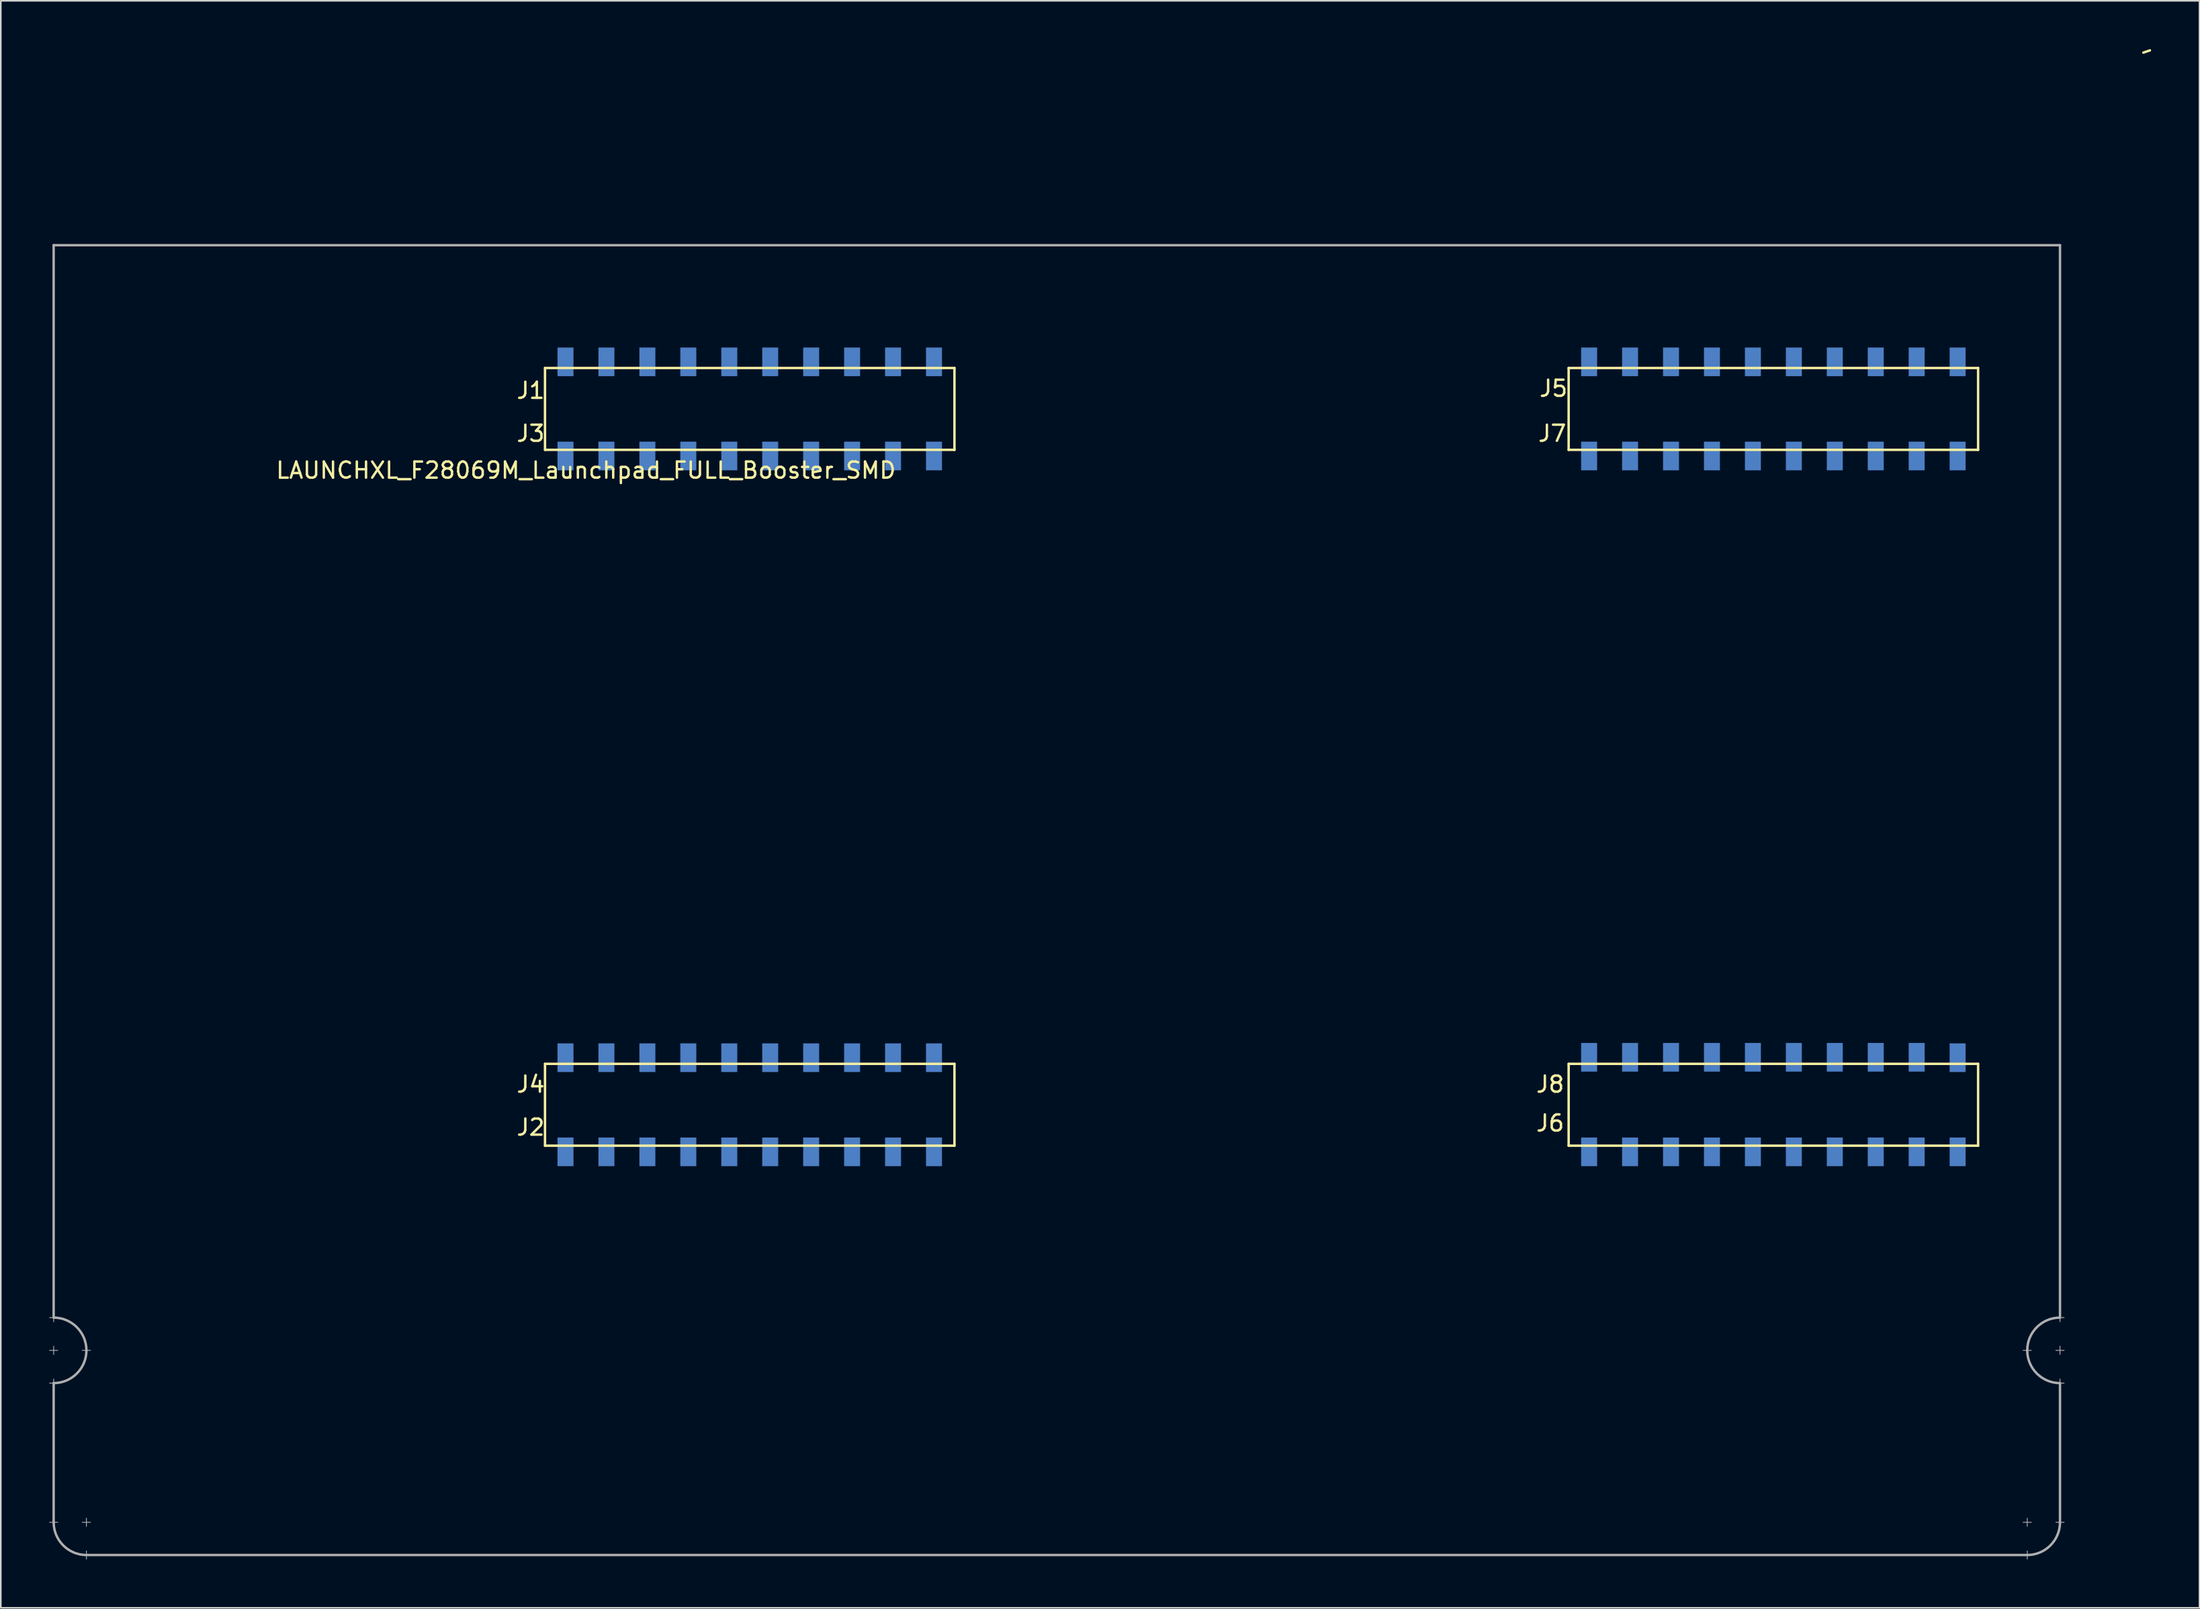
<source format=kicad_pcb>
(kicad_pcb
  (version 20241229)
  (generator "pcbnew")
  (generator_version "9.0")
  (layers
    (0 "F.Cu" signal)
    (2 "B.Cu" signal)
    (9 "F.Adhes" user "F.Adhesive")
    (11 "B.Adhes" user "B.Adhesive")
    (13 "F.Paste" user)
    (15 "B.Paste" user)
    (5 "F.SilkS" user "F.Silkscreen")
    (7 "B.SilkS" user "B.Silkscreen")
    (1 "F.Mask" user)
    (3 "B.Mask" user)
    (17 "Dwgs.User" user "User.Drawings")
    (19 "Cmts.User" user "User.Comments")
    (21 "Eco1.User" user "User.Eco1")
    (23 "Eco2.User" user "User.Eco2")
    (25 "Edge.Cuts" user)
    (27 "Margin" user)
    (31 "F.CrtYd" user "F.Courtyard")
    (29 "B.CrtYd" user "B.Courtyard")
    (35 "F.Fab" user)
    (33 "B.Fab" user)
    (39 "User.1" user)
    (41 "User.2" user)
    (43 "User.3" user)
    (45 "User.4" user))
  (footprint "LAUNCHXL_F28069M_Launchpad_FULL_Booster_SMD"
    (layer "F.Cu")
    (at 0.279 68.045)
    (property "Reference" "LAUNCHXL_F28069M_Launchpad_FULL_Booster_SMD" (at 33.02 -41.91 0) (layer "F.SilkS") (effects (font (size 1 1) (thickness 0.15))))
    (attr through_hole)
    (fp_line (start 30.48 -48.26) (end 30.48 -43.18) (stroke (width 0.15) (type solid)) (layer "F.SilkS"))
    (fp_line (start 30.48 -43.18) (end 55.88 -43.18) (stroke (width 0.15) (type solid)) (layer "F.SilkS"))
    (fp_line (start 30.48 -5.08) (end 30.48 0) (stroke (width 0.15) (type solid)) (layer "F.SilkS"))
    (fp_line (start 30.48 0) (end 55.88 0) (stroke (width 0.15) (type solid)) (layer "F.SilkS"))
    (fp_line (start 55.88 -48.26) (end 30.48 -48.26) (stroke (width 0.15) (type solid)) (layer "F.SilkS"))
    (fp_line (start 55.88 -43.18) (end 55.88 -48.26) (stroke (width 0.15) (type solid)) (layer "F.SilkS"))
    (fp_line (start 55.88 -5.08) (end 30.48 -5.08) (stroke (width 0.15) (type solid)) (layer "F.SilkS"))
    (fp_line (start 55.88 0) (end 55.88 -5.08) (stroke (width 0.15) (type solid)) (layer "F.SilkS"))
    (fp_line (start 93.98 -48.26) (end 93.98 -43.18) (stroke (width 0.15) (type solid)) (layer "F.SilkS"))
    (fp_line (start 93.98 -43.18) (end 119.38 -43.18) (stroke (width 0.15) (type solid)) (layer "F.SilkS"))
    (fp_line (start 93.98 -5.08) (end 93.98 0) (stroke (width 0.15) (type solid)) (layer "F.SilkS"))
    (fp_line (start 93.98 0) (end 119.38 0) (stroke (width 0.15) (type solid)) (layer "F.SilkS"))
    (fp_line (start 119.38 -48.26) (end 93.98 -48.26) (stroke (width 0.15) (type solid)) (layer "F.SilkS"))
    (fp_line (start 119.38 -43.18) (end 119.38 -48.26) (stroke (width 0.15) (type solid)) (layer "F.SilkS"))
    (fp_line (start 119.38 -5.08) (end 93.98 -5.08) (stroke (width 0.15) (type solid)) (layer "F.SilkS"))
    (fp_line (start 119.38 0) (end 119.38 -5.08) (stroke (width 0.15) (type solid)) (layer "F.SilkS"))
    (fp_line (start 129.63 -67.83) (end 130.04 -67.97) (stroke (width 0.15) (type solid)) (layer "F.SilkS"))
    (fp_line (start -0.254 10.668) (end 0.254 10.668) (stroke (width 0.05) (type solid)) (layer "F.Fab"))
    (fp_line (start -0.254 12.7) (end 0.254 12.7) (stroke (width 0.05) (type solid)) (layer "F.Fab"))
    (fp_line (start -0.254 14.732) (end 0.254 14.732) (stroke (width 0.05) (type solid)) (layer "F.Fab"))
    (fp_line (start 0 -55.88) (end 0 10.668) (stroke (width 0.15) (type solid)) (layer "F.Fab"))
    (fp_line (start 0 10.414) (end 0 10.922) (stroke (width 0.05) (type solid)) (layer "F.Fab"))
    (fp_line (start 0 12.446) (end 0 12.954) (stroke (width 0.05) (type solid)) (layer "F.Fab"))
    (fp_line (start 0 14.478) (end 0 14.986) (stroke (width 0.05) (type solid)) (layer "F.Fab"))
    (fp_line (start 0 14.732) (end 0 23.368) (stroke (width 0.15) (type solid)) (layer "F.Fab"))
    (fp_line (start 0 23.114) (end 0 23.622) (stroke (width 0.05) (type solid)) (layer "F.Fab"))
    (fp_line (start 0.254 23.368) (end -0.254 23.368) (stroke (width 0.05) (type solid)) (layer "F.Fab"))
    (fp_line (start 1.778 12.7) (end 2.286 12.7) (stroke (width 0.05) (type solid)) (layer "F.Fab"))
    (fp_line (start 2.032 23.114) (end 2.032 23.622) (stroke (width 0.05) (type solid)) (layer "F.Fab"))
    (fp_line (start 2.032 25.146) (end 2.032 25.654) (stroke (width 0.05) (type solid)) (layer "F.Fab"))
    (fp_line (start 2.032 25.4) (end 122.428 25.4) (stroke (width 0.15) (type solid)) (layer "F.Fab"))
    (fp_line (start 2.286 23.368) (end 1.778 23.368) (stroke (width 0.05) (type solid)) (layer "F.Fab"))
    (fp_line (start 122.174 23.368) (end 122.682 23.368) (stroke (width 0.05) (type solid)) (layer "F.Fab"))
    (fp_line (start 122.174 25.4) (end 122.682 25.4) (stroke (width 0.05) (type solid)) (layer "F.Fab"))
    (fp_line (start 122.428 23.114) (end 122.428 23.622) (stroke (width 0.05) (type solid)) (layer "F.Fab"))
    (fp_line (start 122.428 25.146) (end 122.428 25.654) (stroke (width 0.05) (type solid)) (layer "F.Fab"))
    (fp_line (start 122.682 12.7) (end 122.174 12.7) (stroke (width 0.05) (type solid)) (layer "F.Fab"))
    (fp_line (start 124.206 23.368) (end 124.714 23.368) (stroke (width 0.05) (type solid)) (layer "F.Fab"))
    (fp_line (start 124.46 -55.88) (end 0 -55.88) (stroke (width 0.15) (type solid)) (layer "F.Fab"))
    (fp_line (start 124.46 10.668) (end 124.46 -55.88) (stroke (width 0.15) (type solid)) (layer "F.Fab"))
    (fp_line (start 124.46 10.922) (end 124.46 10.414) (stroke (width 0.05) (type solid)) (layer "F.Fab"))
    (fp_line (start 124.46 12.954) (end 124.46 12.446) (stroke (width 0.05) (type solid)) (layer "F.Fab"))
    (fp_line (start 124.46 14.732) (end 124.46 23.368) (stroke (width 0.15) (type solid)) (layer "F.Fab"))
    (fp_line (start 124.46 14.986) (end 124.46 14.478) (stroke (width 0.05) (type solid)) (layer "F.Fab"))
    (fp_line (start 124.714 10.668) (end 124.206 10.668) (stroke (width 0.05) (type solid)) (layer "F.Fab"))
    (fp_line (start 124.714 12.7) (end 124.206 12.7) (stroke (width 0.05) (type solid)) (layer "F.Fab"))
    (fp_line (start 124.714 14.732) (end 124.206 14.732) (stroke (width 0.05) (type solid)) (layer "F.Fab"))
    (fp_arc (start 0 10.668) (mid 1.436841 11.263159) (end 2.032 12.7) (stroke (width 0.15) (type solid)) (layer "F.Fab"))
    (fp_arc (start 2.032 12.7) (mid 1.436841 14.136841) (end 0 14.732) (stroke (width 0.15) (type solid)) (layer "F.Fab"))
    (fp_arc (start 2.032 25.4) (mid 0.595159 24.804841) (end 0 23.368) (stroke (width 0.15) (type solid)) (layer "F.Fab"))
    (fp_arc (start 122.428 12.7) (mid 123.023159 11.263159) (end 124.46 10.668) (stroke (width 0.15) (type solid)) (layer "F.Fab"))
    (fp_arc (start 124.46 14.732) (mid 123.023159 14.136841) (end 122.428 12.7) (stroke (width 0.15) (type solid)) (layer "F.Fab"))
    (fp_arc (start 124.46 23.368) (mid 123.864841 24.804841) (end 122.428 25.4) (stroke (width 0.15) (type solid)) (layer "F.Fab"))
    (fp_text user "J8" (at 92.837 -3.81 0) (layer "F.SilkS") (effects (font (size 1 1) (thickness 0.15))))
    (fp_text user "J4" (at 29.591 -3.81 0) (layer "F.SilkS") (effects (font (size 1 1) (thickness 0.15))))
    (fp_text user "J3" (at 29.591 -44.196 0) (layer "F.SilkS") (effects (font (size 1 1) (thickness 0.15))))
    (fp_text user "J6" (at 92.837 -1.397 0) (layer "F.SilkS") (effects (font (size 1 1) (thickness 0.15))))
    (fp_text user "J7" (at 92.964 -44.196 0) (layer "F.SilkS") (effects (font (size 1 1) (thickness 0.15))))
    (fp_text user "J2" (at 29.591 -1.143 0) (layer "F.SilkS") (effects (font (size 1 1) (thickness 0.15))))
    (fp_text user "J1" (at 29.591 -46.863 0) (layer "F.SilkS") (effects (font (size 1 1) (thickness 0.15))))
    (fp_text user "J5" (at 93.04 -46.99 0) (layer "F.SilkS") (effects (font (size 1 1) (thickness 0.15))))
    (pad "+3V3" smd rect (at 54.61 -48.641) (size 0.991 1.778) (layers "B.Cu" "B.Mask" "B.Paste"))
    (pad "+3V3" smd rect (at 118.11 -48.641) (size 0.991 1.778) (layers "B.Cu" "B.Mask" "B.Paste"))
    (pad "+5V" smd rect (at 54.61 -42.799) (size 0.991 1.778) (layers "B.Cu" "B.Mask" "B.Paste"))
    (pad "+5V" smd rect (at 118.11 -42.799) (size 0.991 1.778) (layers "B.Cu" "B.Mask" "B.Paste"))
    (pad "A_A0" smd rect (at 39.37 -42.799) (size 0.991 1.778) (layers "B.Cu" "B.Mask" "B.Paste"))
    (pad "A_A1" smd rect (at 34.29 -42.799) (size 0.991 1.778) (layers "B.Cu" "B.Mask" "B.Paste"))
    (pad "A_A2" smd rect (at 44.45 -42.799) (size 0.991 1.778) (layers "B.Cu" "B.Mask" "B.Paste"))
    (pad "A_A3" smd rect (at 102.87 -42.799) (size 0.991 1.778) (layers "B.Cu" "B.Mask" "B.Paste"))
    (pad "A_A4" smd rect (at 97.79 -42.799) (size 0.991 1.778) (layers "B.Cu" "B.Mask" "B.Paste"))
    (pad "A_A5" smd rect (at 107.95 -42.799) (size 0.991 1.778) (layers "B.Cu" "B.Mask" "B.Paste"))
    (pad "A_A6" smd rect (at 52.07 -48.641) (size 0.991 1.778) (layers "B.Cu" "B.Mask" "B.Paste"))
    (pad "A_A7" smd rect (at 49.53 -42.799) (size 0.991 1.778) (layers "B.Cu" "B.Mask" "B.Paste"))
    (pad "A_B0" smd rect (at 36.83 -42.799) (size 0.991 1.778) (layers "B.Cu" "B.Mask" "B.Paste"))
    (pad "A_B1" smd rect (at 46.99 -42.799) (size 0.991 1.778) (layers "B.Cu" "B.Mask" "B.Paste"))
    (pad "A_B2" smd rect (at 41.91 -42.799) (size 0.991 1.778) (layers "B.Cu" "B.Mask" "B.Paste"))
    (pad "A_B3" smd rect (at 100.33 -42.799) (size 0.991 1.778) (layers "B.Cu" "B.Mask" "B.Paste"))
    (pad "A_B4" smd rect (at 110.49 -42.799) (size 0.991 1.778) (layers "B.Cu" "B.Mask" "B.Paste"))
    (pad "A_B5" smd rect (at 105.41 -42.799) (size 0.991 1.778) (layers "B.Cu" "B.Mask" "B.Paste"))
    (pad "A_B6" smd rect (at 41.91 -48.641) (size 0.991 1.778) (layers "B.Cu" "B.Mask" "B.Paste"))
    (pad "A_B7" smd rect (at 113.03 -42.799) (size 0.991 1.778) (layers "B.Cu" "B.Mask" "B.Paste"))
    (pad "DAC1" smd rect (at 34.29 -5.461) (size 0.991 1.778) (layers "B.Cu" "B.Mask" "B.Paste"))
    (pad "DAC2" smd rect (at 31.75 -5.461) (size 0.991 1.778) (layers "B.Cu" "B.Mask" "B.Paste"))
    (pad "DAC3" smd rect (at 97.79 -5.486) (size 0.991 1.778) (layers "B.Cu" "B.Mask" "B.Paste"))
    (pad "DAC4" smd rect (at 95.25 -5.486) (size 0.991 1.778) (layers "B.Cu" "B.Mask" "B.Paste"))
    (pad "GND" smd rect (at 52.07 -42.799) (size 0.991 1.778) (layers "B.Cu" "B.Mask" "B.Paste"))
    (pad "GND" smd rect (at 54.61 0.381) (size 0.991 1.778) (layers "B.Cu" "B.Mask" "B.Paste"))
    (pad "GND" smd rect (at 115.57 -42.799) (size 0.991 1.778) (layers "B.Cu" "B.Mask" "B.Paste"))
    (pad "GND" smd rect (at 118.11 0.381) (size 0.991 1.778) (layers "B.Cu" "B.Mask" "B.Paste"))
    (pad "NC" smd rect (at 31.75 -42.799) (size 0.991 1.778) (layers "B.Cu" "B.Mask" "B.Paste"))
    (pad "NC" smd rect (at 36.83 -5.461) (size 0.991 1.778) (layers "B.Cu" "B.Mask" "B.Paste"))
    (pad "NC" smd rect (at 46.99 0.381) (size 0.991 1.778) (layers "B.Cu" "B.Mask" "B.Paste"))
    (pad "NC" smd rect (at 95.25 -42.799) (size 0.991 1.778) (layers "B.Cu" "B.Mask" "B.Paste"))
    (pad "NC" smd rect (at 100.33 -5.486) (size 0.991 1.778) (layers "B.Cu" "B.Mask" "B.Paste"))
    (pad "NC" smd rect (at 102.87 -5.486) (size 0.991 1.778) (layers "B.Cu" "B.Mask" "B.Paste"))
    (pad "NC" smd rect (at 105.41 -48.641) (size 0.991 1.778) (layers "B.Cu" "B.Mask" "B.Paste"))
    (pad "NC" smd rect (at 110.49 0.381) (size 0.991 1.778) (layers "B.Cu" "B.Mask" "B.Paste"))
    (pad "NC" smd rect (at 115.57 -48.641) (size 0.991 1.778) (layers "B.Cu" "B.Mask" "B.Paste"))
    (pad "P_0" smd rect (at 54.61 -5.461) (size 0.991 1.778) (layers "B.Cu" "B.Mask" "B.Paste"))
    (pad "P_1" smd rect (at 52.07 -5.461) (size 0.991 1.778) (layers "B.Cu" "B.Mask" "B.Paste"))
    (pad "P_2" smd rect (at 49.53 -5.461) (size 0.991 1.778) (layers "B.Cu" "B.Mask" "B.Paste"))
    (pad "P_3" smd rect (at 46.99 -5.461) (size 0.991 1.778) (layers "B.Cu" "B.Mask" "B.Paste"))
    (pad "P_4" smd rect (at 44.45 -5.461) (size 0.991 1.778) (layers "B.Cu" "B.Mask" "B.Paste"))
    (pad "P_5" smd rect (at 41.91 -5.461) (size 0.991 1.778) (layers "B.Cu" "B.Mask" "B.Paste"))
    (pad "P_6" smd rect (at 118.11 -5.461) (size 0.991 1.778) (layers "B.Cu" "B.Mask" "B.Paste"))
    (pad "P_7" smd rect (at 115.57 -5.486) (size 0.991 1.778) (layers "B.Cu" "B.Mask" "B.Paste"))
    (pad "P_8" smd rect (at 113.03 -5.486) (size 0.991 1.778) (layers "B.Cu" "B.Mask" "B.Paste"))
    (pad "P_9" smd rect (at 110.49 -5.486) (size 0.991 1.778) (layers "B.Cu" "B.Mask" "B.Paste"))
    (pad "P_10" smd rect (at 107.95 -5.486) (size 0.991 1.778) (layers "B.Cu" "B.Mask" "B.Paste"))
    (pad "P_11" smd rect (at 105.41 -5.486) (size 0.991 1.778) (layers "B.Cu" "B.Mask" "B.Paste"))
    (pad "P_12" smd rect (at 44.45 -48.641) (size 0.991 1.778) (layers "B.Cu" "B.Mask" "B.Paste"))
    (pad "P_13" smd rect (at 39.37 -5.461) (size 0.991 1.778) (layers "B.Cu" "B.Mask" "B.Paste"))
    (pad "P_14" smd rect (at 102.87 -48.641) (size 0.991 1.778) (layers "B.Cu" "B.Mask" "B.Paste"))
    (pad "P_15" smd rect (at 113.03 -48.641) (size 0.991 1.778) (layers "B.Cu" "B.Mask" "B.Paste"))
    (pad "P_16" smd rect (at 41.91 0.381) (size 0.991 1.778) (layers "B.Cu" "B.Mask" "B.Paste"))
    (pad "P_17" smd rect (at 39.37 0.381) (size 0.991 1.778) (layers "B.Cu" "B.Mask" "B.Paste"))
    (pad "P_18" smd rect (at 39.37 -48.641) (size 0.991 1.778) (layers "B.Cu" "B.Mask" "B.Paste"))
    (pad "P_19" smd rect (at 52.07 0.381) (size 0.991 1.778) (layers "B.Cu" "B.Mask" "B.Paste"))
    (pad "P_20" smd rect (at 107.95 -48.641) (size 0.991 1.778) (layers "B.Cu" "B.Mask" "B.Paste"))
    (pad "P_21" smd rect (at 100.33 -48.641) (size 0.991 1.778) (layers "B.Cu" "B.Mask" "B.Paste"))
    (pad "P_22" smd rect (at 36.83 -48.641) (size 0.991 1.778) (layers "B.Cu" "B.Mask" "B.Paste"))
    (pad "P_23" smd rect (at 97.79 -48.641) (size 0.991 1.778) (layers "B.Cu" "B.Mask" "B.Paste"))
    (pad "P_24" smd rect (at 105.41 0.381) (size 0.991 1.778) (layers "B.Cu" "B.Mask" "B.Paste"))
    (pad "P_25" smd rect (at 102.87 0.381) (size 0.991 1.778) (layers "B.Cu" "B.Mask" "B.Paste"))
    (pad "P_26" smd rect (at 113.03 0.381) (size 0.991 1.778) (layers "B.Cu" "B.Mask" "B.Paste"))
    (pad "P_27" smd rect (at 115.57 0.381) (size 0.991 1.778) (layers "B.Cu" "B.Mask" "B.Paste"))
    (pad "P_28" smd rect (at 49.53 -48.641) (size 0.991 1.778) (layers "B.Cu" "B.Mask" "B.Paste"))
    (pad "P_29" smd rect (at 46.99 -48.641) (size 0.991 1.778) (layers "B.Cu" "B.Mask" "B.Paste"))
    (pad "P_32" smd rect (at 31.75 -48.641) (size 0.991 1.778) (layers "B.Cu" "B.Mask" "B.Paste"))
    (pad "P_33" smd rect (at 34.29 -48.641) (size 0.991 1.778) (layers "B.Cu" "B.Mask" "B.Paste"))
    (pad "P_44" smd rect (at 49.53 0.381) (size 0.991 1.778) (layers "B.Cu" "B.Mask" "B.Paste"))
    (pad "P_50" smd rect (at 36.83 0.381) (size 0.991 1.778) (layers "B.Cu" "B.Mask" "B.Paste"))
    (pad "P_51" smd rect (at 34.29 0.381) (size 0.991 1.778) (layers "B.Cu" "B.Mask" "B.Paste"))
    (pad "P_52" smd rect (at 100.33 0.381) (size 0.991 1.778) (layers "B.Cu" "B.Mask" "B.Paste"))
    (pad "P_53" smd rect (at 97.79 0.381) (size 0.991 1.778) (layers "B.Cu" "B.Mask" "B.Paste"))
    (pad "P_54" smd rect (at 95.25 -48.641) (size 0.991 1.778) (layers "B.Cu" "B.Mask" "B.Paste"))
    (pad "P_55" smd rect (at 31.75 0.381) (size 0.991 1.778) (layers "B.Cu" "B.Mask" "B.Paste"))
    (pad "P_56" smd rect (at 95.25 0.381) (size 0.991 1.778) (layers "B.Cu" "B.Mask" "B.Paste"))
    (pad "P_58" smd rect (at 110.49 -48.641) (size 0.991 1.778) (layers "B.Cu" "B.Mask" "B.Paste"))
    (pad "Rese" smd rect (at 44.45 0.381) (size 0.991 1.778) (layers "B.Cu" "B.Mask" "B.Paste"))
    (pad "Rese" smd rect (at 107.95 0.381) (size 0.991 1.778) (layers "B.Cu" "B.Mask" "B.Paste")))
  (gr_rect
    (start -3 -3)
    (end 133.394 96.724)
    (stroke (width 0.1) (type default))
    (fill no)
    (layer "Edge.Cuts")))
</source>
